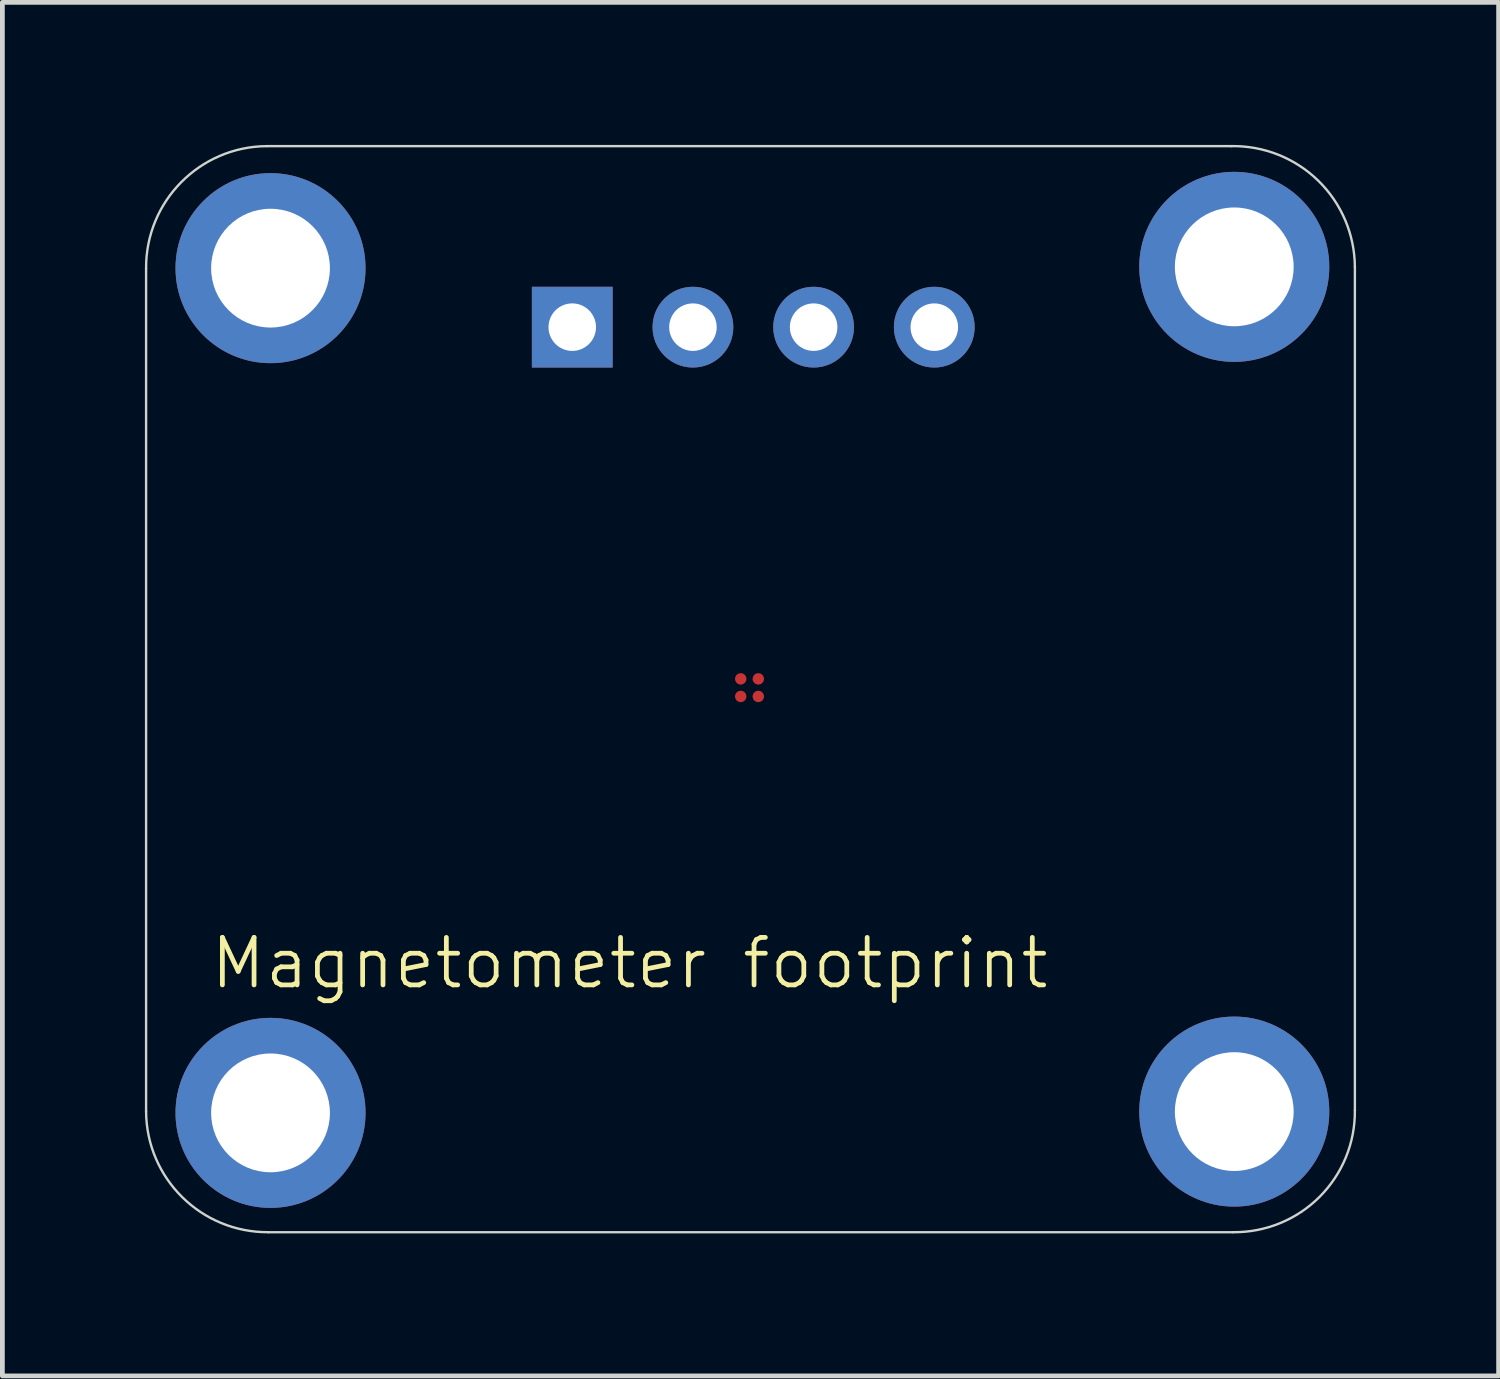
<source format=kicad_pcb>
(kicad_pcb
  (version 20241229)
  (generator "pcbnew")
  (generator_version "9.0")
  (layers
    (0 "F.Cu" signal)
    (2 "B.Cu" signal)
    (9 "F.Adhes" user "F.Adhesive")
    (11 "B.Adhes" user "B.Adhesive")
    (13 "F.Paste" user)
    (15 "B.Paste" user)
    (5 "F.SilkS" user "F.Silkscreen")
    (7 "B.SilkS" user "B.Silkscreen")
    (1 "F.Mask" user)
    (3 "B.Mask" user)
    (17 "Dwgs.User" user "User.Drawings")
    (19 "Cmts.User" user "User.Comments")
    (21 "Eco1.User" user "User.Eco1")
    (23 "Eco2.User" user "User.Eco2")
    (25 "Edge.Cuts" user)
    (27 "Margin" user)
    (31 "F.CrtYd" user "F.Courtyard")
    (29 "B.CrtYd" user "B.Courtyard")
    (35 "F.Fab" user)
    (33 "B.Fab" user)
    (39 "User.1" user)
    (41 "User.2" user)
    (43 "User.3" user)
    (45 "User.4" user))
  (footprint "Magnetometer footprint"
    (layer "F.Cu")
    (at 13.031 11.239)
    (property "Reference" "Magnetometer footprint" (at -2.829 5.984 0) (unlocked yes) (layer "F.SilkS") (effects (font (size 1 1) (thickness 0.1))))
    (attr smd)
    (fp_line (start -13.006 9.107) (end -13.006 -8.637) (stroke (width 0.05) (type default)) (layer "Edge.Cuts"))
    (fp_line (start -10.466 -11.213) (end 9.832 -11.213) (stroke (width 0.05) (type default)) (layer "Edge.Cuts"))
    (fp_line (start 9.872 11.647) (end -10.43 11.647) (stroke (width 0.05) (type default)) (layer "Edge.Cuts"))
    (fp_line (start 12.437 9.082) (end 12.437 -8.673) (stroke (width 0.05) (type default)) (layer "Edge.Cuts"))
    (fp_arc (start -13.005979 -8.637116) (mid -12.269567 -10.451093) (end -10.466238 -11.213209) (stroke (width 0.05) (type default)) (layer "Edge.Cuts"))
    (fp_arc (start -10.430145 11.64653) (mid -12.244162 10.910158) (end -13.006238 9.106789) (stroke (width 0.05) (type default)) (layer "Edge.Cuts"))
    (fp_arc (start 9.832114 -11.213209) (mid 11.664414 -10.48692) (end 12.43653 -8.673468) (stroke (width 0.05) (type default)) (layer "Edge.Cuts"))
    (fp_arc (start 12.43653 9.082114) (mid 11.693108 10.903108) (end 9.872114 11.64653) (stroke (width 0.05) (type default)) (layer "Edge.Cuts"))
    (pad "1" thru_hole circle (at -10.387 -8.645) (size 4 4) (drill 2.5) (layers "*.Cu" "*.Mask"))
    (pad "1" thru_hole circle (at -10.387 9.135) (size 4 4) (drill 2.5) (layers "*.Cu" "*.Mask"))
    (pad "1" thru_hole rect (at -4.036 -7.403 270) (size 1.7 1.7) (drill 1) (layers "*.Cu" "*.Mask"))
    (pad "1" smd circle (at -0.12 0) (size 0.24 0.24) (layers "F.Cu" "F.Mask" "F.Paste"))
    (pad "1" thru_hole circle (at 9.898 -8.672) (size 4 4) (drill 2.5) (layers "*.Cu" "*.Mask"))
    (pad "1" thru_hole circle (at 9.898 9.108) (size 4 4) (drill 2.5) (layers "*.Cu" "*.Mask"))
    (pad "2" thru_hole circle (at -1.496 -7.403 270) (size 1.7 1.7) (drill 1) (layers "*.Cu" "*.Mask"))
    (pad "2" smd circle (at -0.49 0) (size 0.24 0.24) (layers "F.Cu" "F.Mask" "F.Paste"))
    (pad "3" smd circle (at -0.49 0.37) (size 0.24 0.24) (layers "F.Cu" "F.Mask" "F.Paste"))
    (pad "3" thru_hole circle (at 1.044 -7.403 270) (size 1.7 1.7) (drill 1) (layers "*.Cu" "*.Mask"))
    (pad "4" smd circle (at -0.12 0.37) (size 0.24 0.24) (layers "F.Cu" "F.Mask" "F.Paste"))
    (pad "4" thru_hole circle (at 3.584 -7.403 270) (size 1.7 1.7) (drill 1) (layers "*.Cu" "*.Mask")))
  (gr_rect
    (start -3 -3)
    (end 28.493 25.91)
    (stroke (width 0.1) (type default))
    (fill no)
    (layer "Edge.Cuts")))
</source>
